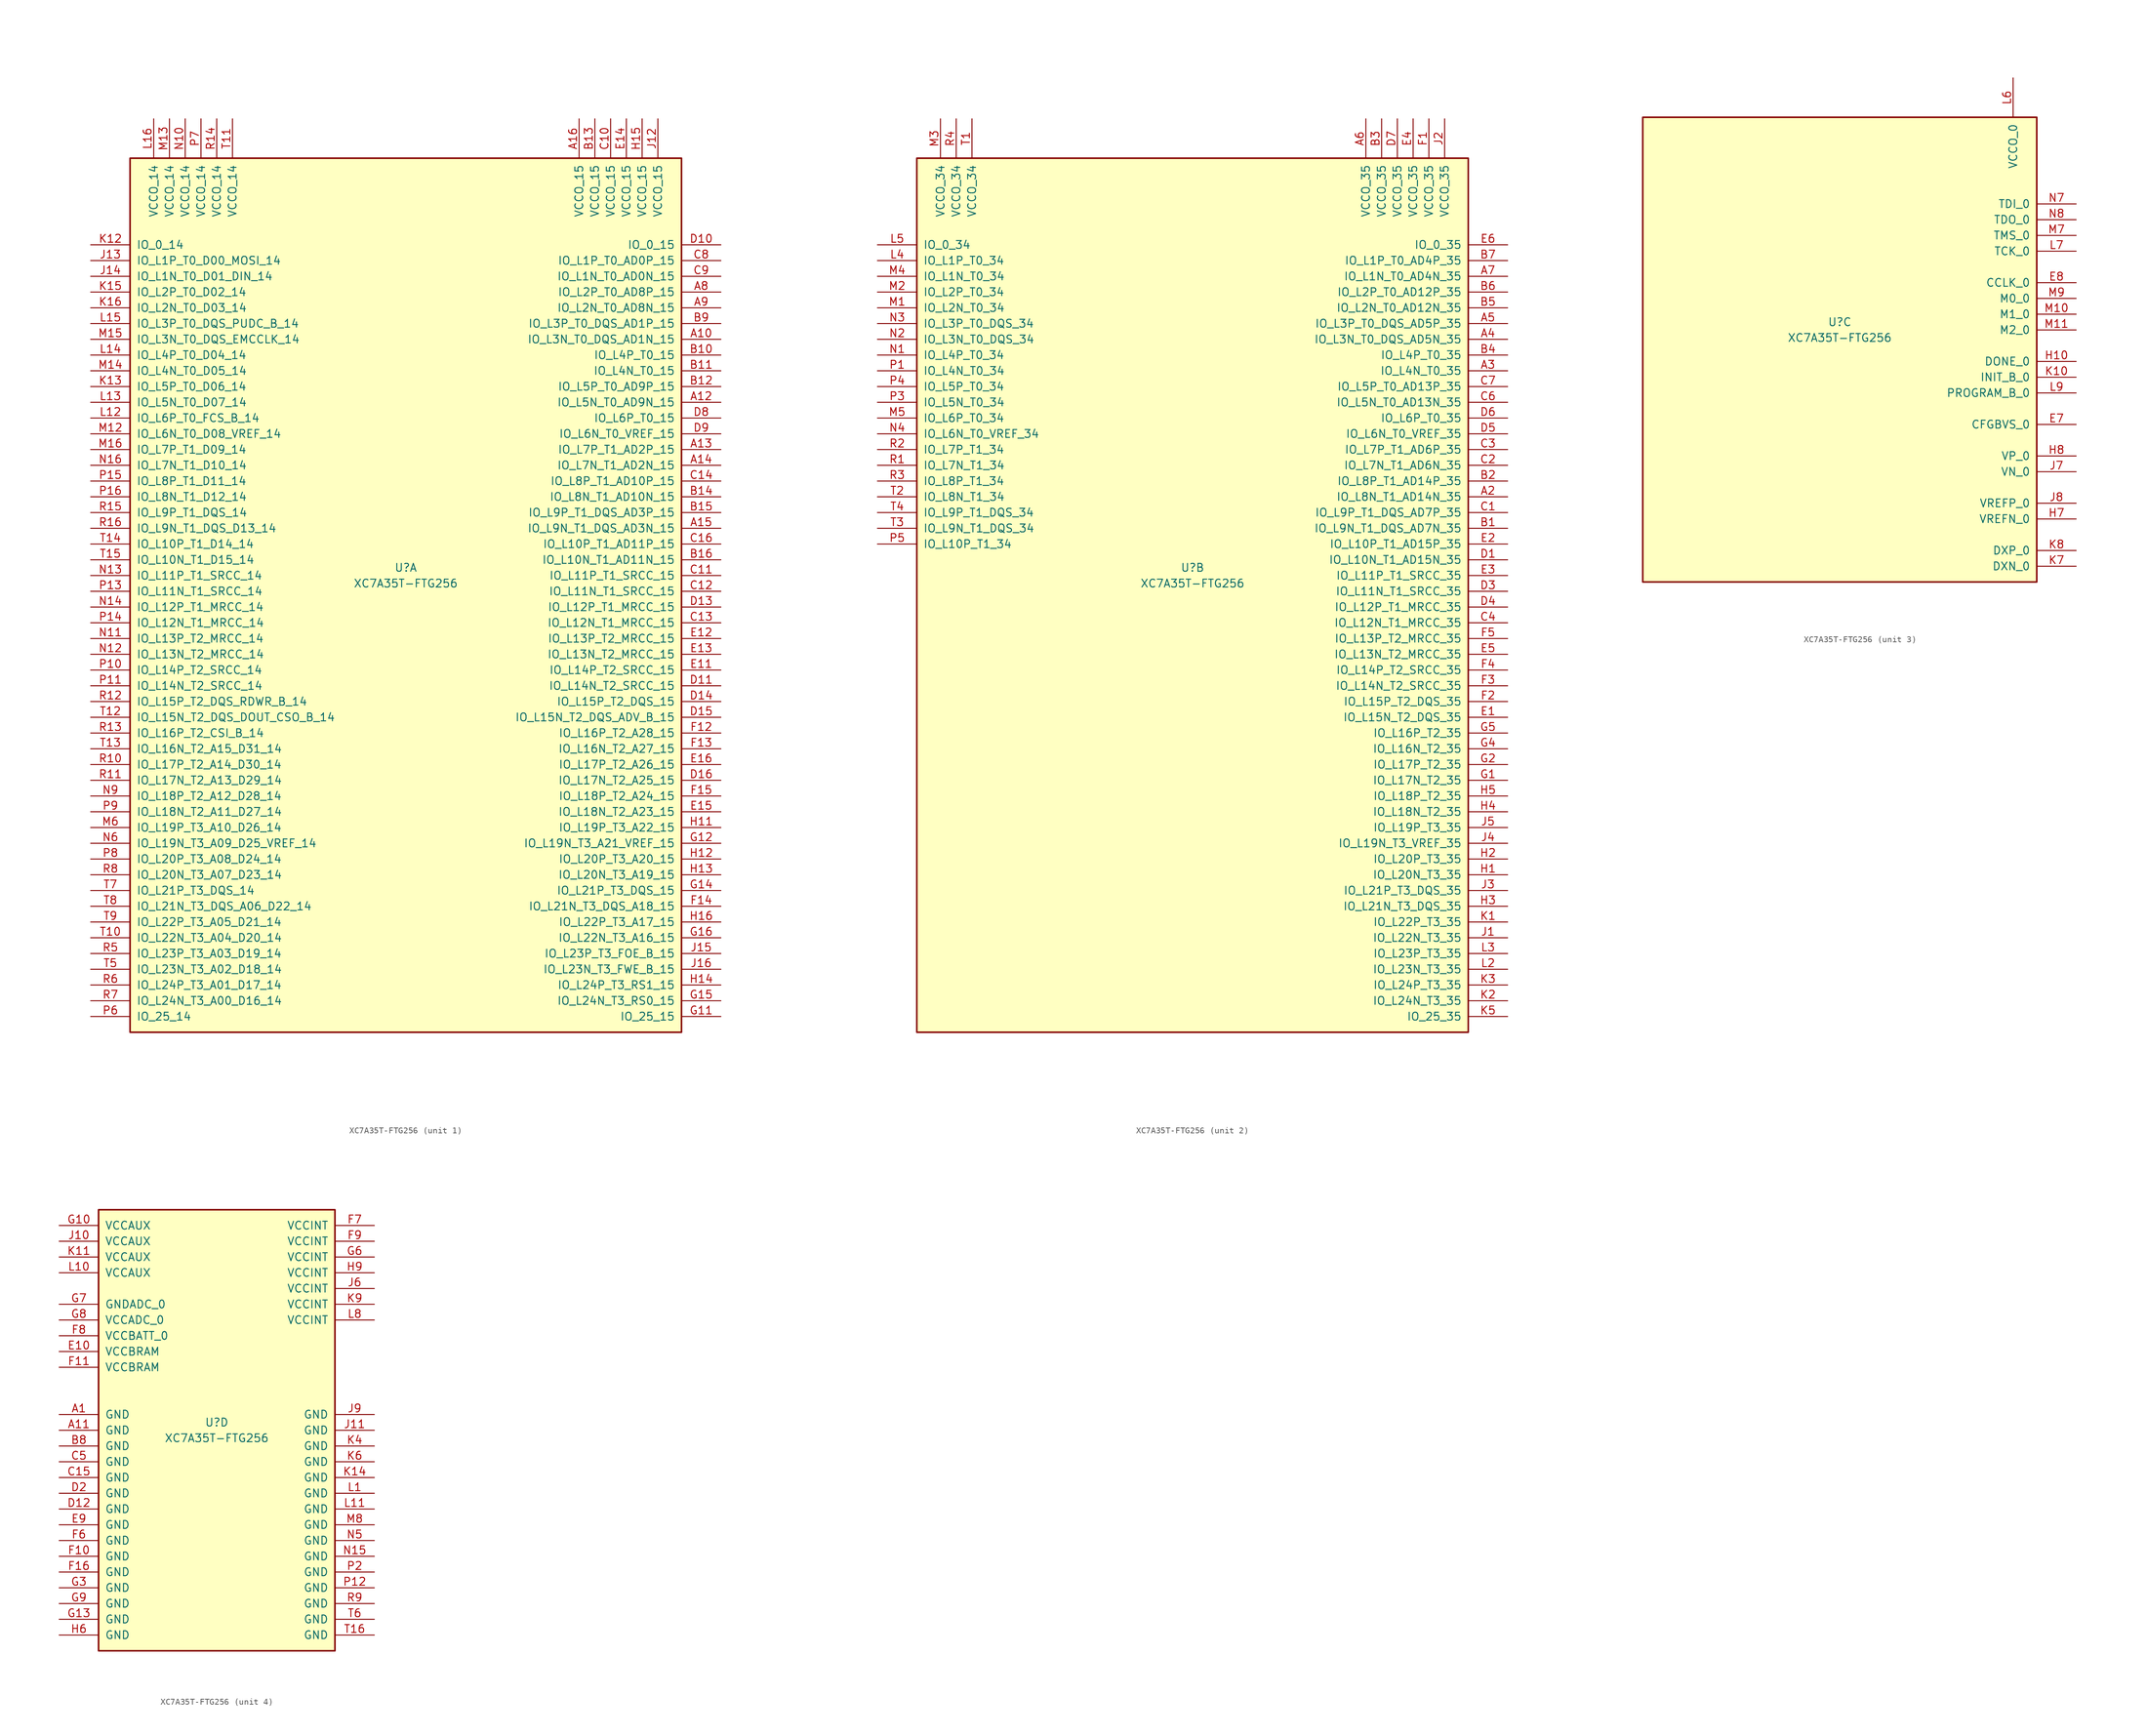
<source format=kicad_sym>
(kicad_symbol_lib
  (version 20201005)
  (generator kicad_symbol_editor)
  (symbol "XC7A35T-FTG256"
    (pin_names
      (offset 1.016))
    (property "Reference" "U"
      (at 0 1.27 0)
      (effects (font (size 1.27 1.27))))
    (property "Value" "XC7A35T-FTG256"
      (at 0 -1.27 0)
      (effects (font (size 1.27 1.27))))
    (property "Datasheet" ""
      (at 0 0 0)
      (effects (font (size 1.27 1.27))))
    (property "ki_locked" ""
      (at 0 0 0)
      (effects (font (size 1.27 1.27))))
    (symbol "XC7A35T-FTG256_1_1"
      (rectangle (start -44.45 67.31) (end 44.45 -73.66) (stroke (width 0.254)) (fill (type background)))
      (pin power_in line (at -40.64 73.66 270) (length 6.35) (name "VCCO_14" (effects (font (size 1.27 1.27)))) (number "L16" (effects (font (size 1.27 1.27)))))
      (pin power_in line (at -38.1 73.66 270) (length 6.35) (name "VCCO_14" (effects (font (size 1.27 1.27)))) (number "M13" (effects (font (size 1.27 1.27)))))
      (pin power_in line (at -35.56 73.66 270) (length 6.35) (name "VCCO_14" (effects (font (size 1.27 1.27)))) (number "N10" (effects (font (size 1.27 1.27)))))
      (pin power_in line (at -33.02 73.66 270) (length 6.35) (name "VCCO_14" (effects (font (size 1.27 1.27)))) (number "P7" (effects (font (size 1.27 1.27)))))
      (pin power_in line (at -30.48 73.66 270) (length 6.35) (name "VCCO_14" (effects (font (size 1.27 1.27)))) (number "R14" (effects (font (size 1.27 1.27)))))
      (pin power_in line (at -27.94 73.66 270) (length 6.35) (name "VCCO_14" (effects (font (size 1.27 1.27)))) (number "T11" (effects (font (size 1.27 1.27)))))
      (pin bidirectional line (at -50.8 53.34 0) (length 6.35) (name "IO_0_14" (effects (font (size 1.27 1.27)))) (number "K12" (effects (font (size 1.27 1.27)))))
      (pin bidirectional line (at -50.8 50.8 0) (length 6.35) (name "IO_L1P_T0_D00_MOSI_14" (effects (font (size 1.27 1.27)))) (number "J13" (effects (font (size 1.27 1.27)))))
      (pin bidirectional line (at -50.8 48.26 0) (length 6.35) (name "IO_L1N_T0_D01_DIN_14" (effects (font (size 1.27 1.27)))) (number "J14" (effects (font (size 1.27 1.27)))))
      (pin bidirectional line (at -50.8 45.72 0) (length 6.35) (name "IO_L2P_T0_D02_14" (effects (font (size 1.27 1.27)))) (number "K15" (effects (font (size 1.27 1.27)))))
      (pin bidirectional line (at -50.8 43.18 0) (length 6.35) (name "IO_L2N_T0_D03_14" (effects (font (size 1.27 1.27)))) (number "K16" (effects (font (size 1.27 1.27)))))
      (pin bidirectional line (at -50.8 40.64 0) (length 6.35) (name "IO_L3P_T0_DQS_PUDC_B_14" (effects (font (size 1.27 1.27)))) (number "L15" (effects (font (size 1.27 1.27)))))
      (pin bidirectional line (at -50.8 38.1 0) (length 6.35) (name "IO_L3N_T0_DQS_EMCCLK_14" (effects (font (size 1.27 1.27)))) (number "M15" (effects (font (size 1.27 1.27)))))
      (pin bidirectional line (at -50.8 35.56 0) (length 6.35) (name "IO_L4P_T0_D04_14" (effects (font (size 1.27 1.27)))) (number "L14" (effects (font (size 1.27 1.27)))))
      (pin bidirectional line (at -50.8 33.02 0) (length 6.35) (name "IO_L4N_T0_D05_14" (effects (font (size 1.27 1.27)))) (number "M14" (effects (font (size 1.27 1.27)))))
      (pin bidirectional line (at -50.8 30.48 0) (length 6.35) (name "IO_L5P_T0_D06_14" (effects (font (size 1.27 1.27)))) (number "K13" (effects (font (size 1.27 1.27)))))
      (pin bidirectional line (at -50.8 27.94 0) (length 6.35) (name "IO_L5N_T0_D07_14" (effects (font (size 1.27 1.27)))) (number "L13" (effects (font (size 1.27 1.27)))))
      (pin bidirectional line (at -50.8 25.4 0) (length 6.35) (name "IO_L6P_T0_FCS_B_14" (effects (font (size 1.27 1.27)))) (number "L12" (effects (font (size 1.27 1.27)))))
      (pin bidirectional line (at -50.8 22.86 0) (length 6.35) (name "IO_L6N_T0_D08_VREF_14" (effects (font (size 1.27 1.27)))) (number "M12" (effects (font (size 1.27 1.27)))))
      (pin bidirectional line (at -50.8 20.32 0) (length 6.35) (name "IO_L7P_T1_D09_14" (effects (font (size 1.27 1.27)))) (number "M16" (effects (font (size 1.27 1.27)))))
      (pin bidirectional line (at -50.8 17.78 0) (length 6.35) (name "IO_L7N_T1_D10_14" (effects (font (size 1.27 1.27)))) (number "N16" (effects (font (size 1.27 1.27)))))
      (pin bidirectional line (at -50.8 15.24 0) (length 6.35) (name "IO_L8P_T1_D11_14" (effects (font (size 1.27 1.27)))) (number "P15" (effects (font (size 1.27 1.27)))))
      (pin bidirectional line (at -50.8 12.7 0) (length 6.35) (name "IO_L8N_T1_D12_14" (effects (font (size 1.27 1.27)))) (number "P16" (effects (font (size 1.27 1.27)))))
      (pin bidirectional line (at -50.8 10.16 0) (length 6.35) (name "IO_L9P_T1_DQS_14" (effects (font (size 1.27 1.27)))) (number "R15" (effects (font (size 1.27 1.27)))))
      (pin bidirectional line (at -50.8 7.62 0) (length 6.35) (name "IO_L9N_T1_DQS_D13_14" (effects (font (size 1.27 1.27)))) (number "R16" (effects (font (size 1.27 1.27)))))
      (pin bidirectional line (at -50.8 5.08 0) (length 6.35) (name "IO_L10P_T1_D14_14" (effects (font (size 1.27 1.27)))) (number "T14" (effects (font (size 1.27 1.27)))))
      (pin bidirectional line (at -50.8 2.54 0) (length 6.35) (name "IO_L10N_T1_D15_14" (effects (font (size 1.27 1.27)))) (number "T15" (effects (font (size 1.27 1.27)))))
      (pin bidirectional line (at -50.8 0 0) (length 6.35) (name "IO_L11P_T1_SRCC_14" (effects (font (size 1.27 1.27)))) (number "N13" (effects (font (size 1.27 1.27)))))
      (pin bidirectional line (at -50.8 -2.54 0) (length 6.35) (name "IO_L11N_T1_SRCC_14" (effects (font (size 1.27 1.27)))) (number "P13" (effects (font (size 1.27 1.27)))))
      (pin bidirectional line (at -50.8 -5.08 0) (length 6.35) (name "IO_L12P_T1_MRCC_14" (effects (font (size 1.27 1.27)))) (number "N14" (effects (font (size 1.27 1.27)))))
      (pin bidirectional line (at -50.8 -7.62 0) (length 6.35) (name "IO_L12N_T1_MRCC_14" (effects (font (size 1.27 1.27)))) (number "P14" (effects (font (size 1.27 1.27)))))
      (pin bidirectional line (at -50.8 -10.16 0) (length 6.35) (name "IO_L13P_T2_MRCC_14" (effects (font (size 1.27 1.27)))) (number "N11" (effects (font (size 1.27 1.27)))))
      (pin bidirectional line (at -50.8 -12.7 0) (length 6.35) (name "IO_L13N_T2_MRCC_14" (effects (font (size 1.27 1.27)))) (number "N12" (effects (font (size 1.27 1.27)))))
      (pin bidirectional line (at -50.8 -15.24 0) (length 6.35) (name "IO_L14P_T2_SRCC_14" (effects (font (size 1.27 1.27)))) (number "P10" (effects (font (size 1.27 1.27)))))
      (pin bidirectional line (at -50.8 -17.78 0) (length 6.35) (name "IO_L14N_T2_SRCC_14" (effects (font (size 1.27 1.27)))) (number "P11" (effects (font (size 1.27 1.27)))))
      (pin bidirectional line (at -50.8 -20.32 0) (length 6.35) (name "IO_L15P_T2_DQS_RDWR_B_14" (effects (font (size 1.27 1.27)))) (number "R12" (effects (font (size 1.27 1.27)))))
      (pin bidirectional line (at -50.8 -22.86 0) (length 6.35) (name "IO_L15N_T2_DQS_DOUT_CSO_B_14" (effects (font (size 1.27 1.27)))) (number "T12" (effects (font (size 1.27 1.27)))))
      (pin bidirectional line (at -50.8 -25.4 0) (length 6.35) (name "IO_L16P_T2_CSI_B_14" (effects (font (size 1.27 1.27)))) (number "R13" (effects (font (size 1.27 1.27)))))
      (pin bidirectional line (at -50.8 -27.94 0) (length 6.35) (name "IO_L16N_T2_A15_D31_14" (effects (font (size 1.27 1.27)))) (number "T13" (effects (font (size 1.27 1.27)))))
      (pin bidirectional line (at -50.8 -30.48 0) (length 6.35) (name "IO_L17P_T2_A14_D30_14" (effects (font (size 1.27 1.27)))) (number "R10" (effects (font (size 1.27 1.27)))))
      (pin bidirectional line (at -50.8 -33.02 0) (length 6.35) (name "IO_L17N_T2_A13_D29_14" (effects (font (size 1.27 1.27)))) (number "R11" (effects (font (size 1.27 1.27)))))
      (pin bidirectional line (at -50.8 -35.56 0) (length 6.35) (name "IO_L18P_T2_A12_D28_14" (effects (font (size 1.27 1.27)))) (number "N9" (effects (font (size 1.27 1.27)))))
      (pin bidirectional line (at -50.8 -38.1 0) (length 6.35) (name "IO_L18N_T2_A11_D27_14" (effects (font (size 1.27 1.27)))) (number "P9" (effects (font (size 1.27 1.27)))))
      (pin bidirectional line (at -50.8 -40.64 0) (length 6.35) (name "IO_L19P_T3_A10_D26_14" (effects (font (size 1.27 1.27)))) (number "M6" (effects (font (size 1.27 1.27)))))
      (pin bidirectional line (at -50.8 -43.18 0) (length 6.35) (name "IO_L19N_T3_A09_D25_VREF_14" (effects (font (size 1.27 1.27)))) (number "N6" (effects (font (size 1.27 1.27)))))
      (pin bidirectional line (at -50.8 -45.72 0) (length 6.35) (name "IO_L20P_T3_A08_D24_14" (effects (font (size 1.27 1.27)))) (number "P8" (effects (font (size 1.27 1.27)))))
      (pin bidirectional line (at -50.8 -48.26 0) (length 6.35) (name "IO_L20N_T3_A07_D23_14" (effects (font (size 1.27 1.27)))) (number "R8" (effects (font (size 1.27 1.27)))))
      (pin bidirectional line (at -50.8 -50.8 0) (length 6.35) (name "IO_L21P_T3_DQS_14" (effects (font (size 1.27 1.27)))) (number "T7" (effects (font (size 1.27 1.27)))))
      (pin bidirectional line (at -50.8 -53.34 0) (length 6.35) (name "IO_L21N_T3_DQS_A06_D22_14" (effects (font (size 1.27 1.27)))) (number "T8" (effects (font (size 1.27 1.27)))))
      (pin bidirectional line (at -50.8 -55.88 0) (length 6.35) (name "IO_L22P_T3_A05_D21_14" (effects (font (size 1.27 1.27)))) (number "T9" (effects (font (size 1.27 1.27)))))
      (pin bidirectional line (at -50.8 -58.42 0) (length 6.35) (name "IO_L22N_T3_A04_D20_14" (effects (font (size 1.27 1.27)))) (number "T10" (effects (font (size 1.27 1.27)))))
      (pin bidirectional line (at -50.8 -60.96 0) (length 6.35) (name "IO_L23P_T3_A03_D19_14" (effects (font (size 1.27 1.27)))) (number "R5" (effects (font (size 1.27 1.27)))))
      (pin bidirectional line (at -50.8 -63.5 0) (length 6.35) (name "IO_L23N_T3_A02_D18_14" (effects (font (size 1.27 1.27)))) (number "T5" (effects (font (size 1.27 1.27)))))
      (pin bidirectional line (at -50.8 -66.04 0) (length 6.35) (name "IO_L24P_T3_A01_D17_14" (effects (font (size 1.27 1.27)))) (number "R6" (effects (font (size 1.27 1.27)))))
      (pin bidirectional line (at -50.8 -68.58 0) (length 6.35) (name "IO_L24N_T3_A00_D16_14" (effects (font (size 1.27 1.27)))) (number "R7" (effects (font (size 1.27 1.27)))))
      (pin bidirectional line (at -50.8 -71.12 0) (length 6.35) (name "IO_25_14" (effects (font (size 1.27 1.27)))) (number "P6" (effects (font (size 1.27 1.27)))))
      (pin power_in line (at 27.94 73.66 270) (length 6.35) (name "VCCO_15" (effects (font (size 1.27 1.27)))) (number "A16" (effects (font (size 1.27 1.27)))))
      (pin power_in line (at 30.48 73.66 270) (length 6.35) (name "VCCO_15" (effects (font (size 1.27 1.27)))) (number "B13" (effects (font (size 1.27 1.27)))))
      (pin power_in line (at 33.02 73.66 270) (length 6.35) (name "VCCO_15" (effects (font (size 1.27 1.27)))) (number "C10" (effects (font (size 1.27 1.27)))))
      (pin power_in line (at 35.56 73.66 270) (length 6.35) (name "VCCO_15" (effects (font (size 1.27 1.27)))) (number "E14" (effects (font (size 1.27 1.27)))))
      (pin power_in line (at 38.1 73.66 270) (length 6.35) (name "VCCO_15" (effects (font (size 1.27 1.27)))) (number "H15" (effects (font (size 1.27 1.27)))))
      (pin power_in line (at 40.64 73.66 270) (length 6.35) (name "VCCO_15" (effects (font (size 1.27 1.27)))) (number "J12" (effects (font (size 1.27 1.27)))))
      (pin bidirectional line (at 50.8 53.34 180) (length 6.35) (name "IO_0_15" (effects (font (size 1.27 1.27)))) (number "D10" (effects (font (size 1.27 1.27)))))
      (pin bidirectional line (at 50.8 50.8 180) (length 6.35) (name "IO_L1P_T0_AD0P_15" (effects (font (size 1.27 1.27)))) (number "C8" (effects (font (size 1.27 1.27)))))
      (pin bidirectional line (at 50.8 48.26 180) (length 6.35) (name "IO_L1N_T0_AD0N_15" (effects (font (size 1.27 1.27)))) (number "C9" (effects (font (size 1.27 1.27)))))
      (pin bidirectional line (at 50.8 45.72 180) (length 6.35) (name "IO_L2P_T0_AD8P_15" (effects (font (size 1.27 1.27)))) (number "A8" (effects (font (size 1.27 1.27)))))
      (pin bidirectional line (at 50.8 43.18 180) (length 6.35) (name "IO_L2N_T0_AD8N_15" (effects (font (size 1.27 1.27)))) (number "A9" (effects (font (size 1.27 1.27)))))
      (pin bidirectional line (at 50.8 40.64 180) (length 6.35) (name "IO_L3P_T0_DQS_AD1P_15" (effects (font (size 1.27 1.27)))) (number "B9" (effects (font (size 1.27 1.27)))))
      (pin bidirectional line (at 50.8 38.1 180) (length 6.35) (name "IO_L3N_T0_DQS_AD1N_15" (effects (font (size 1.27 1.27)))) (number "A10" (effects (font (size 1.27 1.27)))))
      (pin bidirectional line (at 50.8 35.56 180) (length 6.35) (name "IO_L4P_T0_15" (effects (font (size 1.27 1.27)))) (number "B10" (effects (font (size 1.27 1.27)))))
      (pin bidirectional line (at 50.8 33.02 180) (length 6.35) (name "IO_L4N_T0_15" (effects (font (size 1.27 1.27)))) (number "B11" (effects (font (size 1.27 1.27)))))
      (pin bidirectional line (at 50.8 30.48 180) (length 6.35) (name "IO_L5P_T0_AD9P_15" (effects (font (size 1.27 1.27)))) (number "B12" (effects (font (size 1.27 1.27)))))
      (pin bidirectional line (at 50.8 27.94 180) (length 6.35) (name "IO_L5N_T0_AD9N_15" (effects (font (size 1.27 1.27)))) (number "A12" (effects (font (size 1.27 1.27)))))
      (pin bidirectional line (at 50.8 25.4 180) (length 6.35) (name "IO_L6P_T0_15" (effects (font (size 1.27 1.27)))) (number "D8" (effects (font (size 1.27 1.27)))))
      (pin bidirectional line (at 50.8 22.86 180) (length 6.35) (name "IO_L6N_T0_VREF_15" (effects (font (size 1.27 1.27)))) (number "D9" (effects (font (size 1.27 1.27)))))
      (pin bidirectional line (at 50.8 20.32 180) (length 6.35) (name "IO_L7P_T1_AD2P_15" (effects (font (size 1.27 1.27)))) (number "A13" (effects (font (size 1.27 1.27)))))
      (pin bidirectional line (at 50.8 17.78 180) (length 6.35) (name "IO_L7N_T1_AD2N_15" (effects (font (size 1.27 1.27)))) (number "A14" (effects (font (size 1.27 1.27)))))
      (pin bidirectional line (at 50.8 15.24 180) (length 6.35) (name "IO_L8P_T1_AD10P_15" (effects (font (size 1.27 1.27)))) (number "C14" (effects (font (size 1.27 1.27)))))
      (pin bidirectional line (at 50.8 12.7 180) (length 6.35) (name "IO_L8N_T1_AD10N_15" (effects (font (size 1.27 1.27)))) (number "B14" (effects (font (size 1.27 1.27)))))
      (pin bidirectional line (at 50.8 10.16 180) (length 6.35) (name "IO_L9P_T1_DQS_AD3P_15" (effects (font (size 1.27 1.27)))) (number "B15" (effects (font (size 1.27 1.27)))))
      (pin bidirectional line (at 50.8 7.62 180) (length 6.35) (name "IO_L9N_T1_DQS_AD3N_15" (effects (font (size 1.27 1.27)))) (number "A15" (effects (font (size 1.27 1.27)))))
      (pin bidirectional line (at 50.8 5.08 180) (length 6.35) (name "IO_L10P_T1_AD11P_15" (effects (font (size 1.27 1.27)))) (number "C16" (effects (font (size 1.27 1.27)))))
      (pin bidirectional line (at 50.8 2.54 180) (length 6.35) (name "IO_L10N_T1_AD11N_15" (effects (font (size 1.27 1.27)))) (number "B16" (effects (font (size 1.27 1.27)))))
      (pin bidirectional line (at 50.8 0 180) (length 6.35) (name "IO_L11P_T1_SRCC_15" (effects (font (size 1.27 1.27)))) (number "C11" (effects (font (size 1.27 1.27)))))
      (pin bidirectional line (at 50.8 -2.54 180) (length 6.35) (name "IO_L11N_T1_SRCC_15" (effects (font (size 1.27 1.27)))) (number "C12" (effects (font (size 1.27 1.27)))))
      (pin bidirectional line (at 50.8 -5.08 180) (length 6.35) (name "IO_L12P_T1_MRCC_15" (effects (font (size 1.27 1.27)))) (number "D13" (effects (font (size 1.27 1.27)))))
      (pin bidirectional line (at 50.8 -7.62 180) (length 6.35) (name "IO_L12N_T1_MRCC_15" (effects (font (size 1.27 1.27)))) (number "C13" (effects (font (size 1.27 1.27)))))
      (pin bidirectional line (at 50.8 -10.16 180) (length 6.35) (name "IO_L13P_T2_MRCC_15" (effects (font (size 1.27 1.27)))) (number "E12" (effects (font (size 1.27 1.27)))))
      (pin bidirectional line (at 50.8 -12.7 180) (length 6.35) (name "IO_L13N_T2_MRCC_15" (effects (font (size 1.27 1.27)))) (number "E13" (effects (font (size 1.27 1.27)))))
      (pin bidirectional line (at 50.8 -15.24 180) (length 6.35) (name "IO_L14P_T2_SRCC_15" (effects (font (size 1.27 1.27)))) (number "E11" (effects (font (size 1.27 1.27)))))
      (pin bidirectional line (at 50.8 -17.78 180) (length 6.35) (name "IO_L14N_T2_SRCC_15" (effects (font (size 1.27 1.27)))) (number "D11" (effects (font (size 1.27 1.27)))))
      (pin bidirectional line (at 50.8 -20.32 180) (length 6.35) (name "IO_L15P_T2_DQS_15" (effects (font (size 1.27 1.27)))) (number "D14" (effects (font (size 1.27 1.27)))))
      (pin bidirectional line (at 50.8 -22.86 180) (length 6.35) (name "IO_L15N_T2_DQS_ADV_B_15" (effects (font (size 1.27 1.27)))) (number "D15" (effects (font (size 1.27 1.27)))))
      (pin bidirectional line (at 50.8 -25.4 180) (length 6.35) (name "IO_L16P_T2_A28_15" (effects (font (size 1.27 1.27)))) (number "F12" (effects (font (size 1.27 1.27)))))
      (pin bidirectional line (at 50.8 -27.94 180) (length 6.35) (name "IO_L16N_T2_A27_15" (effects (font (size 1.27 1.27)))) (number "F13" (effects (font (size 1.27 1.27)))))
      (pin bidirectional line (at 50.8 -30.48 180) (length 6.35) (name "IO_L17P_T2_A26_15" (effects (font (size 1.27 1.27)))) (number "E16" (effects (font (size 1.27 1.27)))))
      (pin bidirectional line (at 50.8 -33.02 180) (length 6.35) (name "IO_L17N_T2_A25_15" (effects (font (size 1.27 1.27)))) (number "D16" (effects (font (size 1.27 1.27)))))
      (pin bidirectional line (at 50.8 -35.56 180) (length 6.35) (name "IO_L18P_T2_A24_15" (effects (font (size 1.27 1.27)))) (number "F15" (effects (font (size 1.27 1.27)))))
      (pin bidirectional line (at 50.8 -38.1 180) (length 6.35) (name "IO_L18N_T2_A23_15" (effects (font (size 1.27 1.27)))) (number "E15" (effects (font (size 1.27 1.27)))))
      (pin bidirectional line (at 50.8 -40.64 180) (length 6.35) (name "IO_L19P_T3_A22_15" (effects (font (size 1.27 1.27)))) (number "H11" (effects (font (size 1.27 1.27)))))
      (pin bidirectional line (at 50.8 -43.18 180) (length 6.35) (name "IO_L19N_T3_A21_VREF_15" (effects (font (size 1.27 1.27)))) (number "G12" (effects (font (size 1.27 1.27)))))
      (pin bidirectional line (at 50.8 -45.72 180) (length 6.35) (name "IO_L20P_T3_A20_15" (effects (font (size 1.27 1.27)))) (number "H12" (effects (font (size 1.27 1.27)))))
      (pin bidirectional line (at 50.8 -48.26 180) (length 6.35) (name "IO_L20N_T3_A19_15" (effects (font (size 1.27 1.27)))) (number "H13" (effects (font (size 1.27 1.27)))))
      (pin bidirectional line (at 50.8 -50.8 180) (length 6.35) (name "IO_L21P_T3_DQS_15" (effects (font (size 1.27 1.27)))) (number "G14" (effects (font (size 1.27 1.27)))))
      (pin bidirectional line (at 50.8 -53.34 180) (length 6.35) (name "IO_L21N_T3_DQS_A18_15" (effects (font (size 1.27 1.27)))) (number "F14" (effects (font (size 1.27 1.27)))))
      (pin bidirectional line (at 50.8 -55.88 180) (length 6.35) (name "IO_L22P_T3_A17_15" (effects (font (size 1.27 1.27)))) (number "H16" (effects (font (size 1.27 1.27)))))
      (pin bidirectional line (at 50.8 -58.42 180) (length 6.35) (name "IO_L22N_T3_A16_15" (effects (font (size 1.27 1.27)))) (number "G16" (effects (font (size 1.27 1.27)))))
      (pin bidirectional line (at 50.8 -60.96 180) (length 6.35) (name "IO_L23P_T3_FOE_B_15" (effects (font (size 1.27 1.27)))) (number "J15" (effects (font (size 1.27 1.27)))))
      (pin bidirectional line (at 50.8 -63.5 180) (length 6.35) (name "IO_L23N_T3_FWE_B_15" (effects (font (size 1.27 1.27)))) (number "J16" (effects (font (size 1.27 1.27)))))
      (pin bidirectional line (at 50.8 -66.04 180) (length 6.35) (name "IO_L24P_T3_RS1_15" (effects (font (size 1.27 1.27)))) (number "H14" (effects (font (size 1.27 1.27)))))
      (pin bidirectional line (at 50.8 -68.58 180) (length 6.35) (name "IO_L24N_T3_RS0_15" (effects (font (size 1.27 1.27)))) (number "G15" (effects (font (size 1.27 1.27)))))
      (pin bidirectional line (at 50.8 -71.12 180) (length 6.35) (name "IO_25_15" (effects (font (size 1.27 1.27)))) (number "G11" (effects (font (size 1.27 1.27))))))
    (symbol "XC7A35T-FTG256_2_1"
      (rectangle (start -44.45 67.31) (end 44.45 -73.66) (stroke (width 0.254)) (fill (type background)))
      (pin power_in line (at -40.64 73.66 270) (length 6.35) (name "VCCO_34" (effects (font (size 1.27 1.27)))) (number "M3" (effects (font (size 1.27 1.27)))))
      (pin power_in line (at -38.1 73.66 270) (length 6.35) (name "VCCO_34" (effects (font (size 1.27 1.27)))) (number "R4" (effects (font (size 1.27 1.27)))))
      (pin power_in line (at -35.56 73.66 270) (length 6.35) (name "VCCO_34" (effects (font (size 1.27 1.27)))) (number "T1" (effects (font (size 1.27 1.27)))))
      (pin bidirectional line (at -50.8 53.34 0) (length 6.35) (name "IO_0_34" (effects (font (size 1.27 1.27)))) (number "L5" (effects (font (size 1.27 1.27)))))
      (pin bidirectional line (at -50.8 50.8 0) (length 6.35) (name "IO_L1P_T0_34" (effects (font (size 1.27 1.27)))) (number "L4" (effects (font (size 1.27 1.27)))))
      (pin bidirectional line (at -50.8 48.26 0) (length 6.35) (name "IO_L1N_T0_34" (effects (font (size 1.27 1.27)))) (number "M4" (effects (font (size 1.27 1.27)))))
      (pin bidirectional line (at -50.8 45.72 0) (length 6.35) (name "IO_L2P_T0_34" (effects (font (size 1.27 1.27)))) (number "M2" (effects (font (size 1.27 1.27)))))
      (pin bidirectional line (at -50.8 43.18 0) (length 6.35) (name "IO_L2N_T0_34" (effects (font (size 1.27 1.27)))) (number "M1" (effects (font (size 1.27 1.27)))))
      (pin bidirectional line (at -50.8 40.64 0) (length 6.35) (name "IO_L3P_T0_DQS_34" (effects (font (size 1.27 1.27)))) (number "N3" (effects (font (size 1.27 1.27)))))
      (pin bidirectional line (at -50.8 38.1 0) (length 6.35) (name "IO_L3N_T0_DQS_34" (effects (font (size 1.27 1.27)))) (number "N2" (effects (font (size 1.27 1.27)))))
      (pin bidirectional line (at -50.8 35.56 0) (length 6.35) (name "IO_L4P_T0_34" (effects (font (size 1.27 1.27)))) (number "N1" (effects (font (size 1.27 1.27)))))
      (pin bidirectional line (at -50.8 33.02 0) (length 6.35) (name "IO_L4N_T0_34" (effects (font (size 1.27 1.27)))) (number "P1" (effects (font (size 1.27 1.27)))))
      (pin bidirectional line (at -50.8 30.48 0) (length 6.35) (name "IO_L5P_T0_34" (effects (font (size 1.27 1.27)))) (number "P4" (effects (font (size 1.27 1.27)))))
      (pin bidirectional line (at -50.8 27.94 0) (length 6.35) (name "IO_L5N_T0_34" (effects (font (size 1.27 1.27)))) (number "P3" (effects (font (size 1.27 1.27)))))
      (pin bidirectional line (at -50.8 25.4 0) (length 6.35) (name "IO_L6P_T0_34" (effects (font (size 1.27 1.27)))) (number "M5" (effects (font (size 1.27 1.27)))))
      (pin bidirectional line (at -50.8 22.86 0) (length 6.35) (name "IO_L6N_T0_VREF_34" (effects (font (size 1.27 1.27)))) (number "N4" (effects (font (size 1.27 1.27)))))
      (pin bidirectional line (at -50.8 20.32 0) (length 6.35) (name "IO_L7P_T1_34" (effects (font (size 1.27 1.27)))) (number "R2" (effects (font (size 1.27 1.27)))))
      (pin bidirectional line (at -50.8 17.78 0) (length 6.35) (name "IO_L7N_T1_34" (effects (font (size 1.27 1.27)))) (number "R1" (effects (font (size 1.27 1.27)))))
      (pin bidirectional line (at -50.8 15.24 0) (length 6.35) (name "IO_L8P_T1_34" (effects (font (size 1.27 1.27)))) (number "R3" (effects (font (size 1.27 1.27)))))
      (pin bidirectional line (at -50.8 12.7 0) (length 6.35) (name "IO_L8N_T1_34" (effects (font (size 1.27 1.27)))) (number "T2" (effects (font (size 1.27 1.27)))))
      (pin bidirectional line (at -50.8 10.16 0) (length 6.35) (name "IO_L9P_T1_DQS_34" (effects (font (size 1.27 1.27)))) (number "T4" (effects (font (size 1.27 1.27)))))
      (pin bidirectional line (at -50.8 7.62 0) (length 6.35) (name "IO_L9N_T1_DQS_34" (effects (font (size 1.27 1.27)))) (number "T3" (effects (font (size 1.27 1.27)))))
      (pin bidirectional line (at -50.8 5.08 0) (length 6.35) (name "IO_L10P_T1_34" (effects (font (size 1.27 1.27)))) (number "P5" (effects (font (size 1.27 1.27)))))
      (pin power_in line (at 27.94 73.66 270) (length 6.35) (name "VCCO_35" (effects (font (size 1.27 1.27)))) (number "A6" (effects (font (size 1.27 1.27)))))
      (pin power_in line (at 30.48 73.66 270) (length 6.35) (name "VCCO_35" (effects (font (size 1.27 1.27)))) (number "B3" (effects (font (size 1.27 1.27)))))
      (pin power_in line (at 33.02 73.66 270) (length 6.35) (name "VCCO_35" (effects (font (size 1.27 1.27)))) (number "D7" (effects (font (size 1.27 1.27)))))
      (pin power_in line (at 35.56 73.66 270) (length 6.35) (name "VCCO_35" (effects (font (size 1.27 1.27)))) (number "E4" (effects (font (size 1.27 1.27)))))
      (pin power_in line (at 38.1 73.66 270) (length 6.35) (name "VCCO_35" (effects (font (size 1.27 1.27)))) (number "F1" (effects (font (size 1.27 1.27)))))
      (pin power_in line (at 40.64 73.66 270) (length 6.35) (name "VCCO_35" (effects (font (size 1.27 1.27)))) (number "J2" (effects (font (size 1.27 1.27)))))
      (pin bidirectional line (at 50.8 53.34 180) (length 6.35) (name "IO_0_35" (effects (font (size 1.27 1.27)))) (number "E6" (effects (font (size 1.27 1.27)))))
      (pin bidirectional line (at 50.8 50.8 180) (length 6.35) (name "IO_L1P_T0_AD4P_35" (effects (font (size 1.27 1.27)))) (number "B7" (effects (font (size 1.27 1.27)))))
      (pin bidirectional line (at 50.8 48.26 180) (length 6.35) (name "IO_L1N_T0_AD4N_35" (effects (font (size 1.27 1.27)))) (number "A7" (effects (font (size 1.27 1.27)))))
      (pin bidirectional line (at 50.8 45.72 180) (length 6.35) (name "IO_L2P_T0_AD12P_35" (effects (font (size 1.27 1.27)))) (number "B6" (effects (font (size 1.27 1.27)))))
      (pin bidirectional line (at 50.8 43.18 180) (length 6.35) (name "IO_L2N_T0_AD12N_35" (effects (font (size 1.27 1.27)))) (number "B5" (effects (font (size 1.27 1.27)))))
      (pin bidirectional line (at 50.8 40.64 180) (length 6.35) (name "IO_L3P_T0_DQS_AD5P_35" (effects (font (size 1.27 1.27)))) (number "A5" (effects (font (size 1.27 1.27)))))
      (pin bidirectional line (at 50.8 38.1 180) (length 6.35) (name "IO_L3N_T0_DQS_AD5N_35" (effects (font (size 1.27 1.27)))) (number "A4" (effects (font (size 1.27 1.27)))))
      (pin bidirectional line (at 50.8 35.56 180) (length 6.35) (name "IO_L4P_T0_35" (effects (font (size 1.27 1.27)))) (number "B4" (effects (font (size 1.27 1.27)))))
      (pin bidirectional line (at 50.8 33.02 180) (length 6.35) (name "IO_L4N_T0_35" (effects (font (size 1.27 1.27)))) (number "A3" (effects (font (size 1.27 1.27)))))
      (pin bidirectional line (at 50.8 30.48 180) (length 6.35) (name "IO_L5P_T0_AD13P_35" (effects (font (size 1.27 1.27)))) (number "C7" (effects (font (size 1.27 1.27)))))
      (pin bidirectional line (at 50.8 27.94 180) (length 6.35) (name "IO_L5N_T0_AD13N_35" (effects (font (size 1.27 1.27)))) (number "C6" (effects (font (size 1.27 1.27)))))
      (pin bidirectional line (at 50.8 25.4 180) (length 6.35) (name "IO_L6P_T0_35" (effects (font (size 1.27 1.27)))) (number "D6" (effects (font (size 1.27 1.27)))))
      (pin bidirectional line (at 50.8 22.86 180) (length 6.35) (name "IO_L6N_T0_VREF_35" (effects (font (size 1.27 1.27)))) (number "D5" (effects (font (size 1.27 1.27)))))
      (pin bidirectional line (at 50.8 20.32 180) (length 6.35) (name "IO_L7P_T1_AD6P_35" (effects (font (size 1.27 1.27)))) (number "C3" (effects (font (size 1.27 1.27)))))
      (pin bidirectional line (at 50.8 17.78 180) (length 6.35) (name "IO_L7N_T1_AD6N_35" (effects (font (size 1.27 1.27)))) (number "C2" (effects (font (size 1.27 1.27)))))
      (pin bidirectional line (at 50.8 15.24 180) (length 6.35) (name "IO_L8P_T1_AD14P_35" (effects (font (size 1.27 1.27)))) (number "B2" (effects (font (size 1.27 1.27)))))
      (pin bidirectional line (at 50.8 12.7 180) (length 6.35) (name "IO_L8N_T1_AD14N_35" (effects (font (size 1.27 1.27)))) (number "A2" (effects (font (size 1.27 1.27)))))
      (pin bidirectional line (at 50.8 10.16 180) (length 6.35) (name "IO_L9P_T1_DQS_AD7P_35" (effects (font (size 1.27 1.27)))) (number "C1" (effects (font (size 1.27 1.27)))))
      (pin bidirectional line (at 50.8 7.62 180) (length 6.35) (name "IO_L9N_T1_DQS_AD7N_35" (effects (font (size 1.27 1.27)))) (number "B1" (effects (font (size 1.27 1.27)))))
      (pin bidirectional line (at 50.8 5.08 180) (length 6.35) (name "IO_L10P_T1_AD15P_35" (effects (font (size 1.27 1.27)))) (number "E2" (effects (font (size 1.27 1.27)))))
      (pin bidirectional line (at 50.8 2.54 180) (length 6.35) (name "IO_L10N_T1_AD15N_35" (effects (font (size 1.27 1.27)))) (number "D1" (effects (font (size 1.27 1.27)))))
      (pin bidirectional line (at 50.8 0 180) (length 6.35) (name "IO_L11P_T1_SRCC_35" (effects (font (size 1.27 1.27)))) (number "E3" (effects (font (size 1.27 1.27)))))
      (pin bidirectional line (at 50.8 -2.54 180) (length 6.35) (name "IO_L11N_T1_SRCC_35" (effects (font (size 1.27 1.27)))) (number "D3" (effects (font (size 1.27 1.27)))))
      (pin bidirectional line (at 50.8 -5.08 180) (length 6.35) (name "IO_L12P_T1_MRCC_35" (effects (font (size 1.27 1.27)))) (number "D4" (effects (font (size 1.27 1.27)))))
      (pin bidirectional line (at 50.8 -7.62 180) (length 6.35) (name "IO_L12N_T1_MRCC_35" (effects (font (size 1.27 1.27)))) (number "C4" (effects (font (size 1.27 1.27)))))
      (pin bidirectional line (at 50.8 -10.16 180) (length 6.35) (name "IO_L13P_T2_MRCC_35" (effects (font (size 1.27 1.27)))) (number "F5" (effects (font (size 1.27 1.27)))))
      (pin bidirectional line (at 50.8 -12.7 180) (length 6.35) (name "IO_L13N_T2_MRCC_35" (effects (font (size 1.27 1.27)))) (number "E5" (effects (font (size 1.27 1.27)))))
      (pin bidirectional line (at 50.8 -15.24 180) (length 6.35) (name "IO_L14P_T2_SRCC_35" (effects (font (size 1.27 1.27)))) (number "F4" (effects (font (size 1.27 1.27)))))
      (pin bidirectional line (at 50.8 -17.78 180) (length 6.35) (name "IO_L14N_T2_SRCC_35" (effects (font (size 1.27 1.27)))) (number "F3" (effects (font (size 1.27 1.27)))))
      (pin bidirectional line (at 50.8 -20.32 180) (length 6.35) (name "IO_L15P_T2_DQS_35" (effects (font (size 1.27 1.27)))) (number "F2" (effects (font (size 1.27 1.27)))))
      (pin bidirectional line (at 50.8 -22.86 180) (length 6.35) (name "IO_L15N_T2_DQS_35" (effects (font (size 1.27 1.27)))) (number "E1" (effects (font (size 1.27 1.27)))))
      (pin bidirectional line (at 50.8 -25.4 180) (length 6.35) (name "IO_L16P_T2_35" (effects (font (size 1.27 1.27)))) (number "G5" (effects (font (size 1.27 1.27)))))
      (pin bidirectional line (at 50.8 -27.94 180) (length 6.35) (name "IO_L16N_T2_35" (effects (font (size 1.27 1.27)))) (number "G4" (effects (font (size 1.27 1.27)))))
      (pin bidirectional line (at 50.8 -30.48 180) (length 6.35) (name "IO_L17P_T2_35" (effects (font (size 1.27 1.27)))) (number "G2" (effects (font (size 1.27 1.27)))))
      (pin bidirectional line (at 50.8 -33.02 180) (length 6.35) (name "IO_L17N_T2_35" (effects (font (size 1.27 1.27)))) (number "G1" (effects (font (size 1.27 1.27)))))
      (pin bidirectional line (at 50.8 -35.56 180) (length 6.35) (name "IO_L18P_T2_35" (effects (font (size 1.27 1.27)))) (number "H5" (effects (font (size 1.27 1.27)))))
      (pin bidirectional line (at 50.8 -38.1 180) (length 6.35) (name "IO_L18N_T2_35" (effects (font (size 1.27 1.27)))) (number "H4" (effects (font (size 1.27 1.27)))))
      (pin bidirectional line (at 50.8 -40.64 180) (length 6.35) (name "IO_L19P_T3_35" (effects (font (size 1.27 1.27)))) (number "J5" (effects (font (size 1.27 1.27)))))
      (pin bidirectional line (at 50.8 -43.18 180) (length 6.35) (name "IO_L19N_T3_VREF_35" (effects (font (size 1.27 1.27)))) (number "J4" (effects (font (size 1.27 1.27)))))
      (pin bidirectional line (at 50.8 -45.72 180) (length 6.35) (name "IO_L20P_T3_35" (effects (font (size 1.27 1.27)))) (number "H2" (effects (font (size 1.27 1.27)))))
      (pin bidirectional line (at 50.8 -48.26 180) (length 6.35) (name "IO_L20N_T3_35" (effects (font (size 1.27 1.27)))) (number "H1" (effects (font (size 1.27 1.27)))))
      (pin bidirectional line (at 50.8 -50.8 180) (length 6.35) (name "IO_L21P_T3_DQS_35" (effects (font (size 1.27 1.27)))) (number "J3" (effects (font (size 1.27 1.27)))))
      (pin bidirectional line (at 50.8 -53.34 180) (length 6.35) (name "IO_L21N_T3_DQS_35" (effects (font (size 1.27 1.27)))) (number "H3" (effects (font (size 1.27 1.27)))))
      (pin bidirectional line (at 50.8 -55.88 180) (length 6.35) (name "IO_L22P_T3_35" (effects (font (size 1.27 1.27)))) (number "K1" (effects (font (size 1.27 1.27)))))
      (pin bidirectional line (at 50.8 -58.42 180) (length 6.35) (name "IO_L22N_T3_35" (effects (font (size 1.27 1.27)))) (number "J1" (effects (font (size 1.27 1.27)))))
      (pin bidirectional line (at 50.8 -60.96 180) (length 6.35) (name "IO_L23P_T3_35" (effects (font (size 1.27 1.27)))) (number "L3" (effects (font (size 1.27 1.27)))))
      (pin bidirectional line (at 50.8 -63.5 180) (length 6.35) (name "IO_L23N_T3_35" (effects (font (size 1.27 1.27)))) (number "L2" (effects (font (size 1.27 1.27)))))
      (pin bidirectional line (at 50.8 -66.04 180) (length 6.35) (name "IO_L24P_T3_35" (effects (font (size 1.27 1.27)))) (number "K3" (effects (font (size 1.27 1.27)))))
      (pin bidirectional line (at 50.8 -68.58 180) (length 6.35) (name "IO_L24N_T3_35" (effects (font (size 1.27 1.27)))) (number "K2" (effects (font (size 1.27 1.27)))))
      (pin bidirectional line (at 50.8 -71.12 180) (length 6.35) (name "IO_25_35" (effects (font (size 1.27 1.27)))) (number "K5" (effects (font (size 1.27 1.27))))))
    (symbol "XC7A35T-FTG256_3_1"
      (rectangle (start -31.75 34.29) (end 31.75 -40.64) (stroke (width 0.254)) (fill (type background)))
      (pin power_in line (at 27.94 40.64 270) (length 6.35) (name "VCCO_0" (effects (font (size 1.27 1.27)))) (number "L6" (effects (font (size 1.27 1.27)))))
      (pin bidirectional line (at 38.1 20.32 180) (length 6.35) (name "TDI_0" (effects (font (size 1.27 1.27)))) (number "N7" (effects (font (size 1.27 1.27)))))
      (pin bidirectional line (at 38.1 17.78 180) (length 6.35) (name "TDO_0" (effects (font (size 1.27 1.27)))) (number "N8" (effects (font (size 1.27 1.27)))))
      (pin bidirectional line (at 38.1 15.24 180) (length 6.35) (name "TMS_0" (effects (font (size 1.27 1.27)))) (number "M7" (effects (font (size 1.27 1.27)))))
      (pin bidirectional line (at 38.1 12.7 180) (length 6.35) (name "TCK_0" (effects (font (size 1.27 1.27)))) (number "L7" (effects (font (size 1.27 1.27)))))
      (pin bidirectional line (at 38.1 7.62 180) (length 6.35) (name "CCLK_0" (effects (font (size 1.27 1.27)))) (number "E8" (effects (font (size 1.27 1.27)))))
      (pin bidirectional line (at 38.1 5.08 180) (length 6.35) (name "M0_0" (effects (font (size 1.27 1.27)))) (number "M9" (effects (font (size 1.27 1.27)))))
      (pin bidirectional line (at 38.1 2.54 180) (length 6.35) (name "M1_0" (effects (font (size 1.27 1.27)))) (number "M10" (effects (font (size 1.27 1.27)))))
      (pin bidirectional line (at 38.1 0 180) (length 6.35) (name "M2_0" (effects (font (size 1.27 1.27)))) (number "M11" (effects (font (size 1.27 1.27)))))
      (pin bidirectional line (at 38.1 -5.08 180) (length 6.35) (name "DONE_0" (effects (font (size 1.27 1.27)))) (number "H10" (effects (font (size 1.27 1.27)))))
      (pin bidirectional line (at 38.1 -7.62 180) (length 6.35) (name "INIT_B_0" (effects (font (size 1.27 1.27)))) (number "K10" (effects (font (size 1.27 1.27)))))
      (pin bidirectional line (at 38.1 -10.16 180) (length 6.35) (name "PROGRAM_B_0" (effects (font (size 1.27 1.27)))) (number "L9" (effects (font (size 1.27 1.27)))))
      (pin bidirectional line (at 38.1 -15.24 180) (length 6.35) (name "CFGBVS_0" (effects (font (size 1.27 1.27)))) (number "E7" (effects (font (size 1.27 1.27)))))
      (pin bidirectional line (at 38.1 -20.32 180) (length 6.35) (name "VP_0" (effects (font (size 1.27 1.27)))) (number "H8" (effects (font (size 1.27 1.27)))))
      (pin bidirectional line (at 38.1 -22.86 180) (length 6.35) (name "VN_0" (effects (font (size 1.27 1.27)))) (number "J7" (effects (font (size 1.27 1.27)))))
      (pin bidirectional line (at 38.1 -27.94 180) (length 6.35) (name "VREFP_0" (effects (font (size 1.27 1.27)))) (number "J8" (effects (font (size 1.27 1.27)))))
      (pin bidirectional line (at 38.1 -30.48 180) (length 6.35) (name "VREFN_0" (effects (font (size 1.27 1.27)))) (number "H7" (effects (font (size 1.27 1.27)))))
      (pin bidirectional line (at 38.1 -35.56 180) (length 6.35) (name "DXP_0" (effects (font (size 1.27 1.27)))) (number "K8" (effects (font (size 1.27 1.27)))))
      (pin bidirectional line (at 38.1 -38.1 180) (length 6.35) (name "DXN_0" (effects (font (size 1.27 1.27)))) (number "K7" (effects (font (size 1.27 1.27))))))
    (symbol "XC7A35T-FTG256_4_1"
      (rectangle (start -19.05 35.56) (end 19.05 -35.56) (stroke (width 0.254)) (fill (type background)))
      (pin power_in line (at -25.4 33.02 0) (length 6.35) (name "VCCAUX" (effects (font (size 1.27 1.27)))) (number "G10" (effects (font (size 1.27 1.27)))))
      (pin power_in line (at -25.4 30.48 0) (length 6.35) (name "VCCAUX" (effects (font (size 1.27 1.27)))) (number "J10" (effects (font (size 1.27 1.27)))))
      (pin power_in line (at -25.4 27.94 0) (length 6.35) (name "VCCAUX" (effects (font (size 1.27 1.27)))) (number "K11" (effects (font (size 1.27 1.27)))))
      (pin power_in line (at -25.4 25.4 0) (length 6.35) (name "VCCAUX" (effects (font (size 1.27 1.27)))) (number "L10" (effects (font (size 1.27 1.27)))))
      (pin power_in line (at -25.4 20.32 0) (length 6.35) (name "GNDADC_0" (effects (font (size 1.27 1.27)))) (number "G7" (effects (font (size 1.27 1.27)))))
      (pin power_in line (at -25.4 17.78 0) (length 6.35) (name "VCCADC_0" (effects (font (size 1.27 1.27)))) (number "G8" (effects (font (size 1.27 1.27)))))
      (pin power_in line (at -25.4 15.24 0) (length 6.35) (name "VCCBATT_0" (effects (font (size 1.27 1.27)))) (number "F8" (effects (font (size 1.27 1.27)))))
      (pin power_in line (at -25.4 12.7 0) (length 6.35) (name "VCCBRAM" (effects (font (size 1.27 1.27)))) (number "E10" (effects (font (size 1.27 1.27)))))
      (pin power_in line (at -25.4 10.16 0) (length 6.35) (name "VCCBRAM" (effects (font (size 1.27 1.27)))) (number "F11" (effects (font (size 1.27 1.27)))))
      (pin power_in line (at -25.4 2.54 0) (length 6.35) (name "GND" (effects (font (size 1.27 1.27)))) (number "A1" (effects (font (size 1.27 1.27)))))
      (pin power_in line (at -25.4 0 0) (length 6.35) (name "GND" (effects (font (size 1.27 1.27)))) (number "A11" (effects (font (size 1.27 1.27)))))
      (pin power_in line (at -25.4 -2.54 0) (length 6.35) (name "GND" (effects (font (size 1.27 1.27)))) (number "B8" (effects (font (size 1.27 1.27)))))
      (pin power_in line (at -25.4 -5.08 0) (length 6.35) (name "GND" (effects (font (size 1.27 1.27)))) (number "C5" (effects (font (size 1.27 1.27)))))
      (pin power_in line (at -25.4 -7.62 0) (length 6.35) (name "GND" (effects (font (size 1.27 1.27)))) (number "C15" (effects (font (size 1.27 1.27)))))
      (pin power_in line (at -25.4 -10.16 0) (length 6.35) (name "GND" (effects (font (size 1.27 1.27)))) (number "D2" (effects (font (size 1.27 1.27)))))
      (pin power_in line (at -25.4 -12.7 0) (length 6.35) (name "GND" (effects (font (size 1.27 1.27)))) (number "D12" (effects (font (size 1.27 1.27)))))
      (pin power_in line (at -25.4 -15.24 0) (length 6.35) (name "GND" (effects (font (size 1.27 1.27)))) (number "E9" (effects (font (size 1.27 1.27)))))
      (pin power_in line (at -25.4 -17.78 0) (length 6.35) (name "GND" (effects (font (size 1.27 1.27)))) (number "F6" (effects (font (size 1.27 1.27)))))
      (pin power_in line (at -25.4 -20.32 0) (length 6.35) (name "GND" (effects (font (size 1.27 1.27)))) (number "F10" (effects (font (size 1.27 1.27)))))
      (pin power_in line (at -25.4 -22.86 0) (length 6.35) (name "GND" (effects (font (size 1.27 1.27)))) (number "F16" (effects (font (size 1.27 1.27)))))
      (pin power_in line (at -25.4 -25.4 0) (length 6.35) (name "GND" (effects (font (size 1.27 1.27)))) (number "G3" (effects (font (size 1.27 1.27)))))
      (pin power_in line (at -25.4 -27.94 0) (length 6.35) (name "GND" (effects (font (size 1.27 1.27)))) (number "G9" (effects (font (size 1.27 1.27)))))
      (pin power_in line (at -25.4 -30.48 0) (length 6.35) (name "GND" (effects (font (size 1.27 1.27)))) (number "G13" (effects (font (size 1.27 1.27)))))
      (pin power_in line (at -25.4 -33.02 0) (length 6.35) (name "GND" (effects (font (size 1.27 1.27)))) (number "H6" (effects (font (size 1.27 1.27)))))
      (pin power_in line (at 25.4 33.02 180) (length 6.35) (name "VCCINT" (effects (font (size 1.27 1.27)))) (number "F7" (effects (font (size 1.27 1.27)))))
      (pin power_in line (at 25.4 30.48 180) (length 6.35) (name "VCCINT" (effects (font (size 1.27 1.27)))) (number "F9" (effects (font (size 1.27 1.27)))))
      (pin power_in line (at 25.4 27.94 180) (length 6.35) (name "VCCINT" (effects (font (size 1.27 1.27)))) (number "G6" (effects (font (size 1.27 1.27)))))
      (pin power_in line (at 25.4 25.4 180) (length 6.35) (name "VCCINT" (effects (font (size 1.27 1.27)))) (number "H9" (effects (font (size 1.27 1.27)))))
      (pin power_in line (at 25.4 22.86 180) (length 6.35) (name "VCCINT" (effects (font (size 1.27 1.27)))) (number "J6" (effects (font (size 1.27 1.27)))))
      (pin power_in line (at 25.4 20.32 180) (length 6.35) (name "VCCINT" (effects (font (size 1.27 1.27)))) (number "K9" (effects (font (size 1.27 1.27)))))
      (pin power_in line (at 25.4 17.78 180) (length 6.35) (name "VCCINT" (effects (font (size 1.27 1.27)))) (number "L8" (effects (font (size 1.27 1.27)))))
      (pin power_in line (at 25.4 2.54 180) (length 6.35) (name "GND" (effects (font (size 1.27 1.27)))) (number "J9" (effects (font (size 1.27 1.27)))))
      (pin power_in line (at 25.4 0 180) (length 6.35) (name "GND" (effects (font (size 1.27 1.27)))) (number "J11" (effects (font (size 1.27 1.27)))))
      (pin power_in line (at 25.4 -2.54 180) (length 6.35) (name "GND" (effects (font (size 1.27 1.27)))) (number "K4" (effects (font (size 1.27 1.27)))))
      (pin power_in line (at 25.4 -5.08 180) (length 6.35) (name "GND" (effects (font (size 1.27 1.27)))) (number "K6" (effects (font (size 1.27 1.27)))))
      (pin power_in line (at 25.4 -7.62 180) (length 6.35) (name "GND" (effects (font (size 1.27 1.27)))) (number "K14" (effects (font (size 1.27 1.27)))))
      (pin power_in line (at 25.4 -10.16 180) (length 6.35) (name "GND" (effects (font (size 1.27 1.27)))) (number "L1" (effects (font (size 1.27 1.27)))))
      (pin power_in line (at 25.4 -12.7 180) (length 6.35) (name "GND" (effects (font (size 1.27 1.27)))) (number "L11" (effects (font (size 1.27 1.27)))))
      (pin power_in line (at 25.4 -15.24 180) (length 6.35) (name "GND" (effects (font (size 1.27 1.27)))) (number "M8" (effects (font (size 1.27 1.27)))))
      (pin power_in line (at 25.4 -17.78 180) (length 6.35) (name "GND" (effects (font (size 1.27 1.27)))) (number "N5" (effects (font (size 1.27 1.27)))))
      (pin power_in line (at 25.4 -20.32 180) (length 6.35) (name "GND" (effects (font (size 1.27 1.27)))) (number "N15" (effects (font (size 1.27 1.27)))))
      (pin power_in line (at 25.4 -22.86 180) (length 6.35) (name "GND" (effects (font (size 1.27 1.27)))) (number "P2" (effects (font (size 1.27 1.27)))))
      (pin power_in line (at 25.4 -25.4 180) (length 6.35) (name "GND" (effects (font (size 1.27 1.27)))) (number "P12" (effects (font (size 1.27 1.27)))))
      (pin power_in line (at 25.4 -27.94 180) (length 6.35) (name "GND" (effects (font (size 1.27 1.27)))) (number "R9" (effects (font (size 1.27 1.27)))))
      (pin power_in line (at 25.4 -30.48 180) (length 6.35) (name "GND" (effects (font (size 1.27 1.27)))) (number "T6" (effects (font (size 1.27 1.27)))))
      (pin power_in line (at 25.4 -33.02 180) (length 6.35) (name "GND" (effects (font (size 1.27 1.27)))) (number "T16" (effects (font (size 1.27 1.27))))))))
</source>
